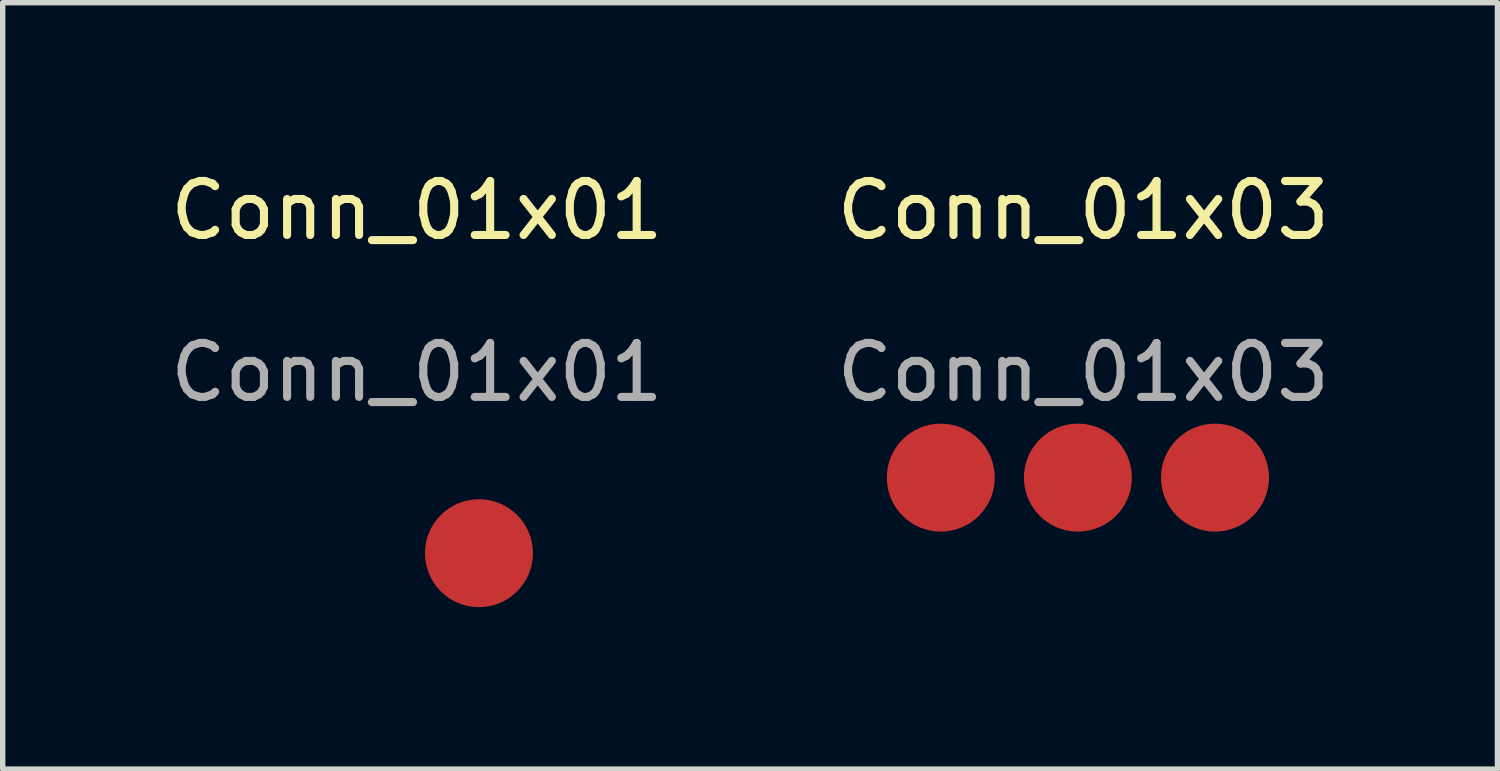
<source format=kicad_pcb>
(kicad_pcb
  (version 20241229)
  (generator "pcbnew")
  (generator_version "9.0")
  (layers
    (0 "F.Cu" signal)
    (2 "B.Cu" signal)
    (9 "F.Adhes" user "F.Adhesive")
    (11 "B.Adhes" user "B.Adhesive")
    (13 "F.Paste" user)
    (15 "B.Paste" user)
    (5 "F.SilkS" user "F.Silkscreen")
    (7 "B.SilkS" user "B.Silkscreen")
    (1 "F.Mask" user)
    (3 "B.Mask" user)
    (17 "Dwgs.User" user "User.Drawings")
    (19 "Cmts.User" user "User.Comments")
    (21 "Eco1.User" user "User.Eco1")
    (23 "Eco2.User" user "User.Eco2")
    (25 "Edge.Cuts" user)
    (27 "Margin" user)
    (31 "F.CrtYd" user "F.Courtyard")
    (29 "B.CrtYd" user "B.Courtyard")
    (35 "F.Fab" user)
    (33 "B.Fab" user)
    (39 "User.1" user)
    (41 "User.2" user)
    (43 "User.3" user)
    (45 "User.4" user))
  (footprint "Conn_01x03"
    (layer "F.Cu")
    (at 16.918 5.798)
    (property "Reference" "Conn_01x03" (at 0.1 -4.95 0) (unlocked yes) (layer "F.SilkS") (effects (font (size 1 1) (thickness 0.15))))
    (attr smd)
    (fp_text user "${REFERENCE}" (at 0.1 -1.95 0) (unlocked yes) (layer "F.Fab") (effects (font (size 1 1) (thickness 0.15))))
    (pad "1" smd circle (at -2.54 0) (size 2 2) (layers "F.Cu" "F.Mask" "F.Paste"))
    (pad "2" smd circle (at 0 0) (size 2 2) (layers "F.Cu" "F.Mask" "F.Paste"))
    (pad "3" smd circle (at 2.54 0) (size 2 2) (layers "F.Cu" "F.Mask" "F.Paste")))
  (footprint "Conn_01x01"
    (layer "F.Cu")
    (at 5.823 7.198)
    (property "Reference" "Conn_01x01" (at -1.15 -6.35 0) (unlocked yes) (layer "F.SilkS") (effects (font (size 1 1) (thickness 0.15))))
    (attr smd)
    (fp_text user "${REFERENCE}" (at -1.15 -3.35 0) (unlocked yes) (layer "F.Fab") (effects (font (size 1 1) (thickness 0.15))))
    (pad "1" smd circle (at 0 0) (size 2 2) (layers "F.Cu" "F.Mask" "F.Paste")))
  (gr_rect
    (start -3 -3)
    (end 24.69 11.198)
    (stroke (width 0.1) (type default))
    (fill no)
    (layer "Edge.Cuts")))
</source>
